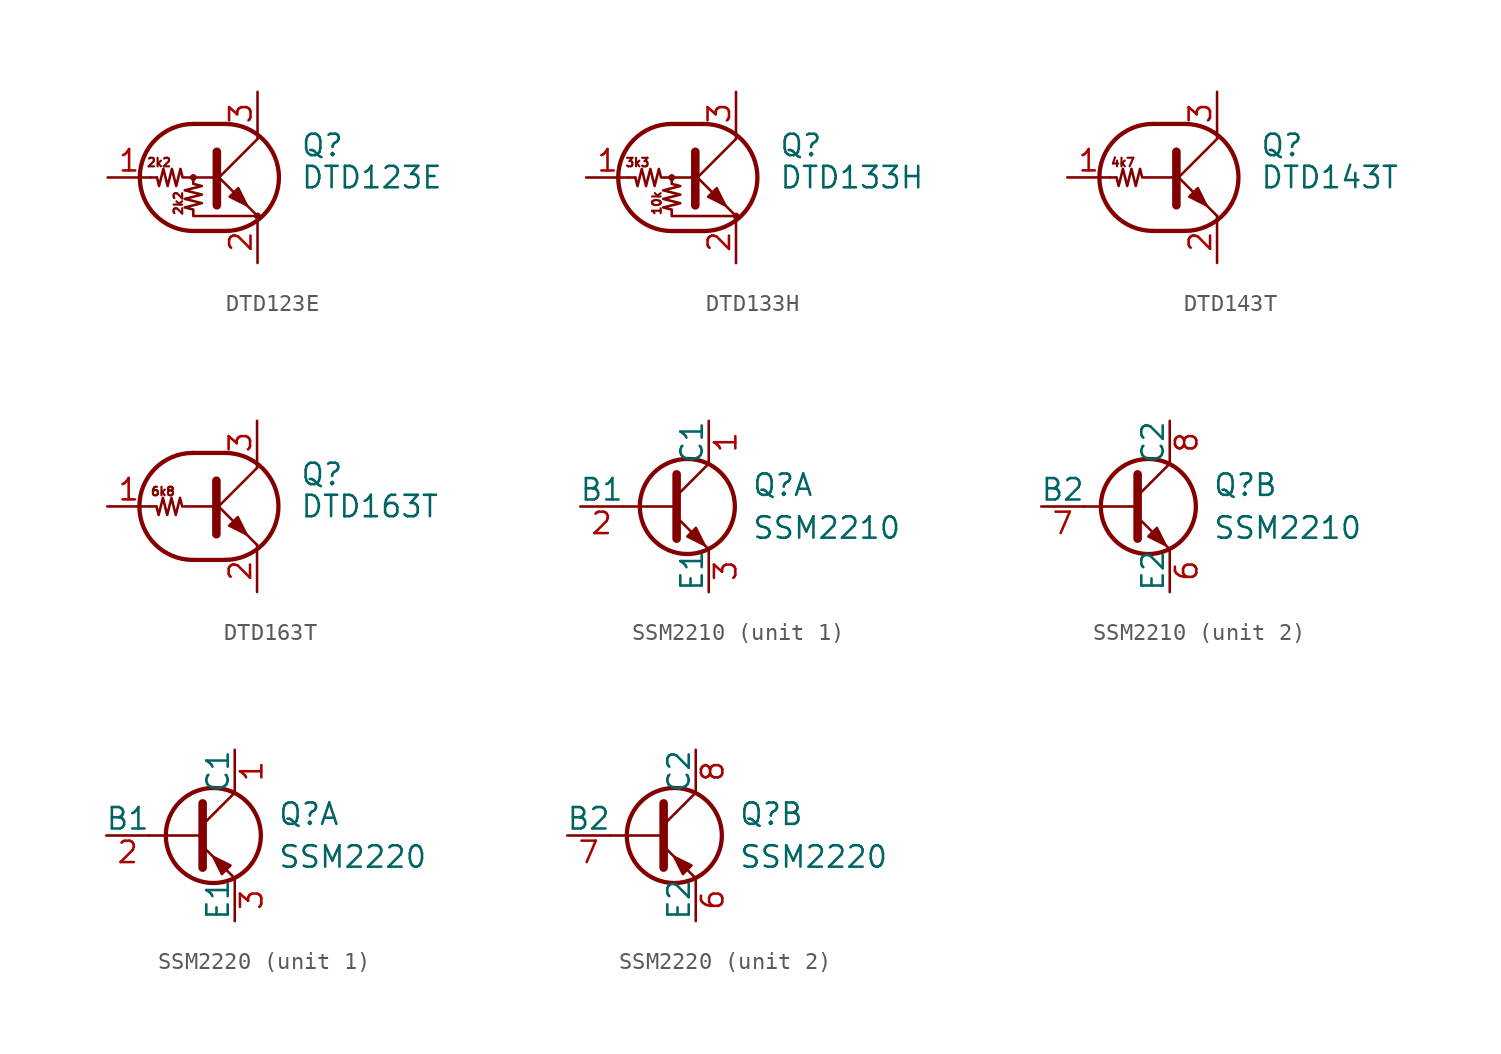
<source format=kicad_sym>
(kicad_symbol_lib
  (version 20200908)
  (generator kicad_symbol_editor)
  (symbol "Transistor_BJT:DTD123E"
    (pin_names
      (offset 0) hide)
    (property "Reference" "Q"
      (at 5.08 1.905 0)
      (effects (font (size 1.27 1.27)) (justify left)))
    (property "Value" "DTD123E"
      (at 5.08 0 0)
      (effects (font (size 1.27 1.27)) (justify left)))
    (symbol "DTD123E_0_1"
      (arc (start -1.27 3.175) (end -1.27 -3.175) (radius (at -1.27 0) (length 3.175) (angles 90.1 -90.1)) (stroke (width 0.254)) (fill (type none)))
      (arc (start 0.635 -3.175) (end 0.635 3.175) (radius (at 0.635 0) (length 3.175) (angles -89.9 89.9)) (stroke (width 0.254)) (fill (type none)))
      (circle (center -1.27 0) (radius 0.127) (stroke (width 0)) (fill (type none)))
      (circle (center 2.54 -2.286) (radius 0.127) (stroke (width 0)) (fill (type none)))
      (polyline (pts (xy -3.429 0) (xy -3.81 0)) (stroke (width 0)) (fill (type none)))
      (polyline (pts (xy -1.27 -3.175) (xy 0.635 -3.175)) (stroke (width 0.254)) (fill (type none)))
      (polyline (pts (xy -1.27 3.175) (xy 0.635 3.175)) (stroke (width 0.254)) (fill (type none)))
      (polyline (pts (xy 0 -0.254) (xy 2.54 2.286)) (stroke (width 0)) (fill (type none)))
      (polyline (pts (xy 0.127 1.524) (xy 0.127 -1.651)) (stroke (width 0.508)) (fill (type outline)))
      (polyline (pts (xy 2.54 2.286) (xy 2.54 2.54)) (stroke (width 0)) (fill (type none)))
      (polyline (pts (xy 2.54 -2.286) (xy 0 0.254) (xy 0 0.254)) (stroke (width 0)) (fill (type none)))
      (polyline (pts (xy 0.889 -1.143) (xy 1.397 -0.635) (xy 1.905 -1.651) (xy 0.889 -1.143)) (stroke (width 0)) (fill (type outline)))
      (polyline (pts (xy 0 0) (xy -1.905 0) (xy -2.032 0.508) (xy -2.286 -0.508) (xy -2.54 0.508) (xy -2.794 -0.508) (xy -3.048 0.508) (xy -3.302 -0.508) (xy -3.429 0)) (stroke (width 0)) (fill (type none)))
      (polyline (pts (xy -1.27 0) (xy -1.27 -0.381) (xy -0.762 -0.508) (xy -1.778 -0.762) (xy -0.762 -1.016) (xy -1.778 -1.27) (xy -0.762 -1.524) (xy -1.778 -1.778) (xy -1.27 -1.905) (xy -1.27 -2.286) (xy 2.54 -2.286)) (stroke (width 0)) (fill (type none))))
    (symbol "DTD123E_0_0"
      (text "2k2" (at -3.302 0.889 0) (effects (font (size 0.508 0.508))))
      (text "2k2" (at -2.159 -1.524 900) (effects (font (size 0.508 0.508)))))
    (symbol "DTD123E_1_1"
      (pin input line (at -6.35 0 0) (length 2.54) (name "B" (effects (font (size 1.27 1.27)))) (number "1" (effects (font (size 1.27 1.27)))))
      (pin passive line (at 2.54 -5.08 90) (length 2.54) (name "E" (effects (font (size 1.27 1.27)))) (number "2" (effects (font (size 1.27 1.27)))))
      (pin passive line (at 2.54 5.08 270) (length 2.54) (name "C" (effects (font (size 1.27 1.27)))) (number "3" (effects (font (size 1.27 1.27)))))))
  (symbol "Transistor_BJT:DTD133H"
    (pin_names
      (offset 0) hide)
    (property "Reference" "Q"
      (at 5.08 1.905 0)
      (effects (font (size 1.27 1.27)) (justify left)))
    (property "Value" "DTD133H"
      (at 5.08 0 0)
      (effects (font (size 1.27 1.27)) (justify left)))
    (symbol "DTD133H_0_1"
      (arc (start -1.27 3.175) (end -1.27 -3.175) (radius (at -1.27 0) (length 3.175) (angles 90.1 -90.1)) (stroke (width 0.254)) (fill (type none)))
      (arc (start 0.635 -3.175) (end 0.635 3.175) (radius (at 0.635 0) (length 3.175) (angles -89.9 89.9)) (stroke (width 0.254)) (fill (type none)))
      (circle (center -1.27 0) (radius 0.127) (stroke (width 0)) (fill (type none)))
      (circle (center 2.54 -2.286) (radius 0.127) (stroke (width 0)) (fill (type none)))
      (polyline (pts (xy -3.429 0) (xy -3.81 0)) (stroke (width 0)) (fill (type none)))
      (polyline (pts (xy -1.27 -3.175) (xy 0.635 -3.175)) (stroke (width 0.254)) (fill (type none)))
      (polyline (pts (xy -1.27 3.175) (xy 0.635 3.175)) (stroke (width 0.254)) (fill (type none)))
      (polyline (pts (xy 0 -0.254) (xy 2.54 2.286)) (stroke (width 0)) (fill (type none)))
      (polyline (pts (xy 0.127 1.524) (xy 0.127 -1.651)) (stroke (width 0.508)) (fill (type outline)))
      (polyline (pts (xy 2.54 2.286) (xy 2.54 2.54)) (stroke (width 0)) (fill (type none)))
      (polyline (pts (xy 2.54 -2.286) (xy 0 0.254) (xy 0 0.254)) (stroke (width 0)) (fill (type none)))
      (polyline (pts (xy 0.889 -1.143) (xy 1.397 -0.635) (xy 1.905 -1.651) (xy 0.889 -1.143)) (stroke (width 0)) (fill (type outline)))
      (polyline (pts (xy 0 0) (xy -1.905 0) (xy -2.032 0.508) (xy -2.286 -0.508) (xy -2.54 0.508) (xy -2.794 -0.508) (xy -3.048 0.508) (xy -3.302 -0.508) (xy -3.429 0)) (stroke (width 0)) (fill (type none)))
      (polyline (pts (xy -1.27 0) (xy -1.27 -0.381) (xy -0.762 -0.508) (xy -1.778 -0.762) (xy -0.762 -1.016) (xy -1.778 -1.27) (xy -0.762 -1.524) (xy -1.778 -1.778) (xy -1.27 -1.905) (xy -1.27 -2.286) (xy 2.54 -2.286)) (stroke (width 0)) (fill (type none))))
    (symbol "DTD133H_0_0"
      (text "10k" (at -2.159 -1.524 900) (effects (font (size 0.508 0.508))))
      (text "3k3" (at -3.302 0.889 0) (effects (font (size 0.508 0.508)))))
    (symbol "DTD133H_1_1"
      (pin input line (at -6.35 0 0) (length 2.54) (name "B" (effects (font (size 1.27 1.27)))) (number "1" (effects (font (size 1.27 1.27)))))
      (pin passive line (at 2.54 -5.08 90) (length 2.54) (name "E" (effects (font (size 1.27 1.27)))) (number "2" (effects (font (size 1.27 1.27)))))
      (pin passive line (at 2.54 5.08 270) (length 2.54) (name "C" (effects (font (size 1.27 1.27)))) (number "3" (effects (font (size 1.27 1.27)))))))
  (symbol "Transistor_BJT:DTD143T"
    (pin_names
      (offset 0) hide)
    (property "Reference" "Q"
      (at 5.08 1.905 0)
      (effects (font (size 1.27 1.27)) (justify left)))
    (property "Value" "DTD143T"
      (at 5.08 0 0)
      (effects (font (size 1.27 1.27)) (justify left)))
    (symbol "DTD143T_0_1"
      (arc (start -1.27 3.175) (end -1.27 -3.175) (radius (at -1.27 0) (length 3.175) (angles 90.1 -90.1)) (stroke (width 0.254)) (fill (type none)))
      (arc (start 0.635 -3.175) (end 0.635 3.175) (radius (at 0.635 0) (length 3.175) (angles -89.9 89.9)) (stroke (width 0.254)) (fill (type none)))
      (polyline (pts (xy -3.429 0) (xy -3.81 0)) (stroke (width 0)) (fill (type none)))
      (polyline (pts (xy -1.27 -3.175) (xy 0.635 -3.175)) (stroke (width 0.254)) (fill (type none)))
      (polyline (pts (xy -1.27 3.175) (xy 0.635 3.175)) (stroke (width 0.254)) (fill (type none)))
      (polyline (pts (xy 0 -0.254) (xy 2.54 2.286)) (stroke (width 0)) (fill (type none)))
      (polyline (pts (xy 0.127 1.524) (xy 0.127 -1.651)) (stroke (width 0.508)) (fill (type outline)))
      (polyline (pts (xy 2.54 2.286) (xy 2.54 2.54)) (stroke (width 0)) (fill (type none)))
      (polyline (pts (xy 2.54 -2.286) (xy 0 0.254) (xy 0 0.254)) (stroke (width 0)) (fill (type none)))
      (polyline (pts (xy 0.889 -1.143) (xy 1.397 -0.635) (xy 1.905 -1.651) (xy 0.889 -1.143)) (stroke (width 0)) (fill (type outline)))
      (polyline (pts (xy 0 0) (xy -1.905 0) (xy -2.032 0.508) (xy -2.286 -0.508) (xy -2.54 0.508) (xy -2.794 -0.508) (xy -3.048 0.508) (xy -3.302 -0.508) (xy -3.429 0)) (stroke (width 0)) (fill (type none))))
    (symbol "DTD143T_0_0"
      (text "4k7" (at -3.048 0.889 0) (effects (font (size 0.508 0.508))))
      (polyline (pts (xy 2.54 -2.286) (xy 2.54 -2.54)) (stroke (width 0)) (fill (type none))))
    (symbol "DTD143T_1_1"
      (pin input line (at -6.35 0 0) (length 2.54) (name "B" (effects (font (size 1.27 1.27)))) (number "1" (effects (font (size 1.27 1.27)))))
      (pin passive line (at 2.54 -5.08 90) (length 2.54) (name "E" (effects (font (size 1.27 1.27)))) (number "2" (effects (font (size 1.27 1.27)))))
      (pin passive line (at 2.54 5.08 270) (length 2.54) (name "C" (effects (font (size 1.27 1.27)))) (number "3" (effects (font (size 1.27 1.27)))))))
  (symbol "Transistor_BJT:DTD163T"
    (pin_names
      (offset 0) hide)
    (property "Reference" "Q"
      (at 5.08 1.905 0)
      (effects (font (size 1.27 1.27)) (justify left)))
    (property "Value" "DTD163T"
      (at 5.08 0 0)
      (effects (font (size 1.27 1.27)) (justify left)))
    (symbol "DTD163T_0_1"
      (arc (start -1.27 3.175) (end -1.27 -3.175) (radius (at -1.27 0) (length 3.175) (angles 90.1 -90.1)) (stroke (width 0.254)) (fill (type none)))
      (arc (start 0.635 -3.175) (end 0.635 3.175) (radius (at 0.635 0) (length 3.175) (angles -89.9 89.9)) (stroke (width 0.254)) (fill (type none)))
      (polyline (pts (xy -3.429 0) (xy -3.81 0)) (stroke (width 0)) (fill (type none)))
      (polyline (pts (xy -1.27 -3.175) (xy 0.635 -3.175)) (stroke (width 0.254)) (fill (type none)))
      (polyline (pts (xy -1.27 3.175) (xy 0.635 3.175)) (stroke (width 0.254)) (fill (type none)))
      (polyline (pts (xy 0 -0.254) (xy 2.54 2.286)) (stroke (width 0)) (fill (type none)))
      (polyline (pts (xy 0.127 1.524) (xy 0.127 -1.651)) (stroke (width 0.508)) (fill (type outline)))
      (polyline (pts (xy 2.54 2.286) (xy 2.54 2.54)) (stroke (width 0)) (fill (type none)))
      (polyline (pts (xy 2.54 -2.286) (xy 0 0.254) (xy 0 0.254)) (stroke (width 0)) (fill (type none)))
      (polyline (pts (xy 0.889 -1.143) (xy 1.397 -0.635) (xy 1.905 -1.651) (xy 0.889 -1.143)) (stroke (width 0)) (fill (type outline)))
      (polyline (pts (xy 0 0) (xy -1.905 0) (xy -2.032 0.508) (xy -2.286 -0.508) (xy -2.54 0.508) (xy -2.794 -0.508) (xy -3.048 0.508) (xy -3.302 -0.508) (xy -3.429 0)) (stroke (width 0)) (fill (type none))))
    (symbol "DTD163T_0_0"
      (text "6k8" (at -3.048 0.889 0) (effects (font (size 0.508 0.508))))
      (polyline (pts (xy 2.54 -2.286) (xy 2.54 -2.54)) (stroke (width 0)) (fill (type none))))
    (symbol "DTD163T_1_1"
      (pin input line (at -6.35 0 0) (length 2.54) (name "B" (effects (font (size 1.27 1.27)))) (number "1" (effects (font (size 1.27 1.27)))))
      (pin passive line (at 2.54 -5.08 90) (length 2.54) (name "E" (effects (font (size 1.27 1.27)))) (number "2" (effects (font (size 1.27 1.27)))))
      (pin passive line (at 2.54 5.08 270) (length 2.54) (name "C" (effects (font (size 1.27 1.27)))) (number "3" (effects (font (size 1.27 1.27)))))))
  (symbol "Transistor_BJT:SSM2210"
    (pin_names
      (offset 0))
    (property "Reference" "Q"
      (at 5.08 1.27 0)
      (effects (font (size 1.27 1.27)) (justify left)))
    (property "Value" "SSM2210"
      (at 5.08 -1.27 0)
      (effects (font (size 1.27 1.27)) (justify left)))
    (symbol "SSM2210_0_1"
      (circle (center 1.27 0) (radius 2.819) (stroke (width 0.254)) (fill (type none)))
      (polyline (pts (xy 0.635 0) (xy -2.54 0)) (stroke (width 0)) (fill (type none)))
      (polyline (pts (xy 0.635 0.635) (xy 2.54 2.54)) (stroke (width 0)) (fill (type none)))
      (polyline (pts (xy 0.635 -0.635) (xy 2.54 -2.54) (xy 2.54 -2.54)) (stroke (width 0)) (fill (type none)))
      (polyline (pts (xy 0.635 1.905) (xy 0.635 -1.905) (xy 0.635 -1.905)) (stroke (width 0.508)) (fill (type none)))
      (polyline (pts (xy 1.27 -1.778) (xy 1.778 -1.27) (xy 2.286 -2.286) (xy 1.27 -1.778) (xy 1.27 -1.778)) (stroke (width 0)) (fill (type outline))))
    (symbol "SSM2210_1_1"
      (pin passive line (at 2.54 5.08 270) (length 2.54) (name "C1" (effects (font (size 1.27 1.27)))) (number "1" (effects (font (size 1.27 1.27)))))
      (pin input line (at -5.08 0 0) (length 2.54) (name "B1" (effects (font (size 1.27 1.27)))) (number "2" (effects (font (size 1.27 1.27)))))
      (pin passive line (at 2.54 -5.08 90) (length 2.54) (name "E1" (effects (font (size 1.27 1.27)))) (number "3" (effects (font (size 1.27 1.27))))))
    (symbol "SSM2210_2_1"
      (pin passive line (at 2.54 -5.08 90) (length 2.54) (name "E2" (effects (font (size 1.27 1.27)))) (number "6" (effects (font (size 1.27 1.27)))))
      (pin input line (at -5.08 0 0) (length 2.54) (name "B2" (effects (font (size 1.27 1.27)))) (number "7" (effects (font (size 1.27 1.27)))))
      (pin passive line (at 2.54 5.08 270) (length 2.54) (name "C2" (effects (font (size 1.27 1.27)))) (number "8" (effects (font (size 1.27 1.27)))))))
  (symbol "Transistor_BJT:SSM2220"
    (pin_names
      (offset 0))
    (property "Reference" "Q"
      (at 5.08 1.27 0)
      (effects (font (size 1.27 1.27)) (justify left)))
    (property "Value" "SSM2220"
      (at 5.08 -1.27 0)
      (effects (font (size 1.27 1.27)) (justify left)))
    (symbol "SSM2220_0_1"
      (circle (center 1.27 0) (radius 2.819) (stroke (width 0.254)) (fill (type none)))
      (polyline (pts (xy 0.635 0) (xy -2.54 0)) (stroke (width 0)) (fill (type none)))
      (polyline (pts (xy 0.635 0.635) (xy 2.54 2.54)) (stroke (width 0)) (fill (type none)))
      (polyline (pts (xy 0.635 -0.635) (xy 2.54 -2.54) (xy 2.54 -2.54)) (stroke (width 0)) (fill (type none)))
      (polyline (pts (xy 0.635 1.905) (xy 0.635 -1.905) (xy 0.635 -1.905)) (stroke (width 0.508)) (fill (type none)))
      (polyline (pts (xy 2.286 -1.778) (xy 1.778 -2.286) (xy 1.27 -1.27) (xy 2.286 -1.778) (xy 2.286 -1.778)) (stroke (width 0)) (fill (type outline))))
    (symbol "SSM2220_1_1"
      (pin passive line (at 2.54 5.08 270) (length 2.54) (name "C1" (effects (font (size 1.27 1.27)))) (number "1" (effects (font (size 1.27 1.27)))))
      (pin input line (at -5.08 0 0) (length 2.54) (name "B1" (effects (font (size 1.27 1.27)))) (number "2" (effects (font (size 1.27 1.27)))))
      (pin passive line (at 2.54 -5.08 90) (length 2.54) (name "E1" (effects (font (size 1.27 1.27)))) (number "3" (effects (font (size 1.27 1.27))))))
    (symbol "SSM2220_2_1"
      (pin passive line (at 2.54 -5.08 90) (length 2.54) (name "E2" (effects (font (size 1.27 1.27)))) (number "6" (effects (font (size 1.27 1.27)))))
      (pin input line (at -5.08 0 0) (length 2.54) (name "B2" (effects (font (size 1.27 1.27)))) (number "7" (effects (font (size 1.27 1.27)))))
      (pin passive line (at 2.54 5.08 270) (length 2.54) (name "C2" (effects (font (size 1.27 1.27)))) (number "8" (effects (font (size 1.27 1.27))))))))
</source>
